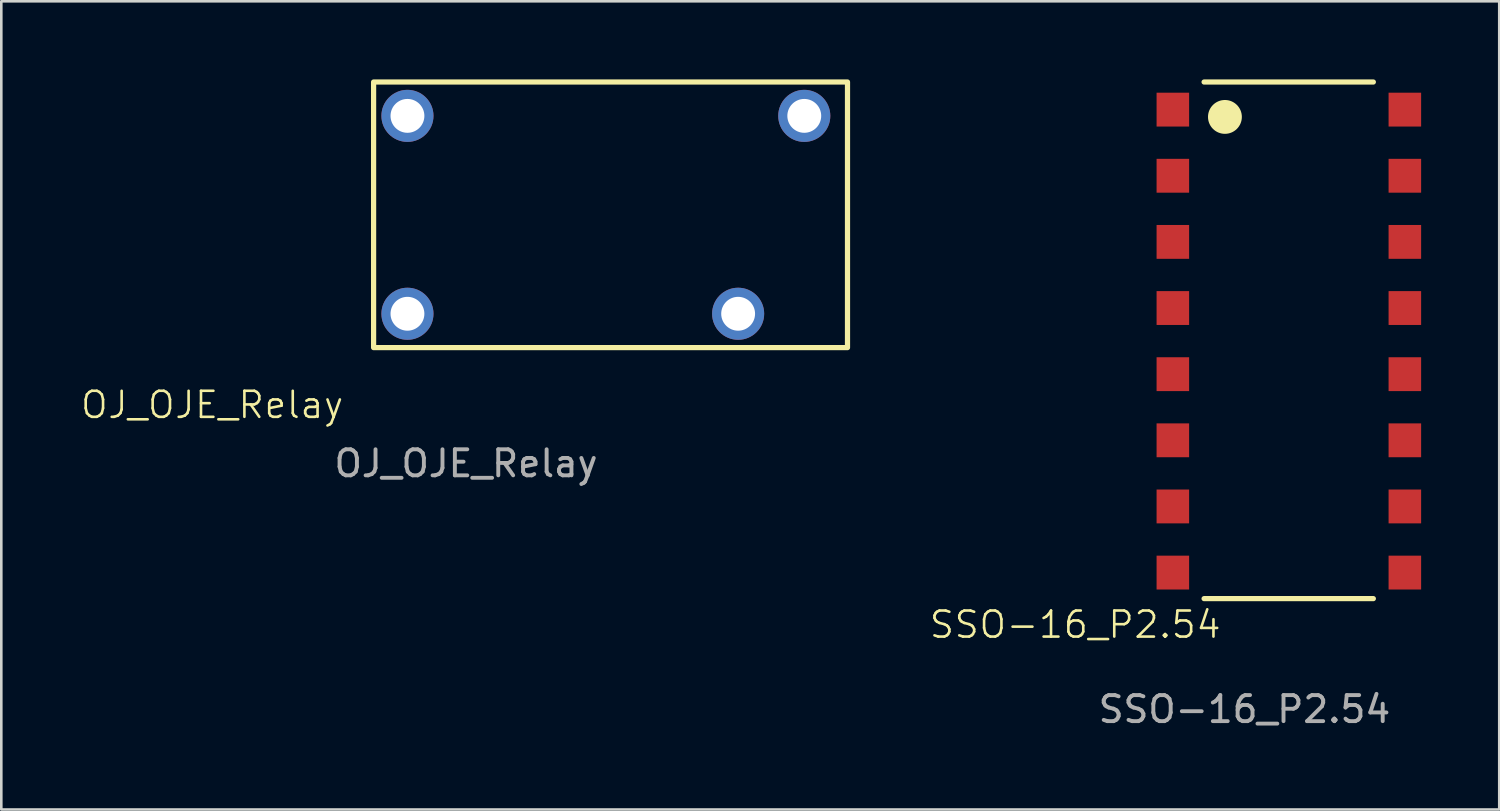
<source format=kicad_pcb>
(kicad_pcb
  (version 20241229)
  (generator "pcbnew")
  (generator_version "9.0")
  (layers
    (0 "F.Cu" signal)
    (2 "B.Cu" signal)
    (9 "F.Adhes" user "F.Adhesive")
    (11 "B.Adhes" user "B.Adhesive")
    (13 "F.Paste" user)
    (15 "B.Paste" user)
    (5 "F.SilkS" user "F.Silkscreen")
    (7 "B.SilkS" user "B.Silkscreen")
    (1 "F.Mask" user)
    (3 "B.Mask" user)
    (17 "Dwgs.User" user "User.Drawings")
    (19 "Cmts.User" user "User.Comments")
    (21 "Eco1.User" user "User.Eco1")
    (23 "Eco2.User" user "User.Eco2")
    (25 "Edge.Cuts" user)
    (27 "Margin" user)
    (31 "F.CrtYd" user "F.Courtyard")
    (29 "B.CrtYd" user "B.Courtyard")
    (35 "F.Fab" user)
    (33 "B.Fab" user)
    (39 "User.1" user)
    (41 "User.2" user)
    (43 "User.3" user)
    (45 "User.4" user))
  (footprint "SSO-16_P2.54"
    (layer "F.Cu")
    (at 41.993 18.94)
    (property "Reference" "SSO-16_P2.54" (at -3.75 2 0) (unlocked yes) (layer "F.SilkS") (effects (font (size 1 1) (thickness 0.1))))
    (attr smd)
    (fp_line (start 1.2 -18.84) (end 7.7 -18.84) (stroke (width 0.2) (type default)) (layer "F.SilkS"))
    (fp_line (start 1.2 1) (end 7.7 1) (stroke (width 0.2) (type default)) (layer "F.SilkS"))
    (fp_circle (center 2 -17.5) (end 2.6 -17.5) (stroke (width 0.1) (type solid)) (fill yes) (layer "F.SilkS"))
    (fp_text user "${REFERENCE}" (at 2.75 5.25 0) (unlocked yes) (layer "F.Fab") (effects (font (size 1 1) (thickness 0.15))))
    (pad "1" smd rect (at 0 -17.78) (size 1.25 1.3) (layers "F.Cu" "F.Mask" "F.Paste"))
    (pad "2" smd rect (at 0 -15.24) (size 1.25 1.3) (layers "F.Cu" "F.Mask" "F.Paste"))
    (pad "3" smd rect (at 0 -12.7) (size 1.25 1.3) (layers "F.Cu" "F.Mask" "F.Paste"))
    (pad "4" smd rect (at 0 -10.16) (size 1.25 1.3) (layers "F.Cu" "F.Mask" "F.Paste"))
    (pad "5" smd rect (at 0 -7.62) (size 1.25 1.3) (layers "F.Cu" "F.Mask" "F.Paste"))
    (pad "6" smd rect (at 0 -5.08) (size 1.25 1.3) (layers "F.Cu" "F.Mask" "F.Paste"))
    (pad "7" smd rect (at 0 -2.54) (size 1.25 1.3) (layers "F.Cu" "F.Mask" "F.Paste"))
    (pad "8" smd rect (at 0 0) (size 1.25 1.3) (layers "F.Cu" "F.Mask" "F.Paste"))
    (pad "9" smd rect (at 8.91 0) (size 1.25 1.3) (layers "F.Cu" "F.Mask" "F.Paste"))
    (pad "10" smd rect (at 8.91 -2.54) (size 1.25 1.3) (layers "F.Cu" "F.Mask" "F.Paste"))
    (pad "11" smd rect (at 8.91 -5.08) (size 1.25 1.3) (layers "F.Cu" "F.Mask" "F.Paste"))
    (pad "12" smd rect (at 8.91 -7.62) (size 1.25 1.3) (layers "F.Cu" "F.Mask" "F.Paste"))
    (pad "13" smd rect (at 8.91 -10.16) (size 1.25 1.3) (layers "F.Cu" "F.Mask" "F.Paste"))
    (pad "14" smd rect (at 8.91 -12.7) (size 1.25 1.3) (layers "F.Cu" "F.Mask" "F.Paste"))
    (pad "15" smd rect (at 8.91 -15.24) (size 1.25 1.3) (layers "F.Cu" "F.Mask" "F.Paste"))
    (pad "16" smd rect (at 8.91 -17.78) (size 1.25 1.3) (layers "F.Cu" "F.Mask" "F.Paste")))
  (footprint "OJ_OJE_Relay"
    (layer "F.Cu")
    (at 12.598 9)
    (property "Reference" "OJ_OJE_Relay" (at -7.5 3.5 0) (unlocked yes) (layer "F.SilkS") (effects (font (size 1 1) (thickness 0.1))))
    (attr smd)
    (fp_rect (start -1.3 -8.9) (end 16.9 1.3) (stroke (width 0.2) (type default)) (fill no) (layer "F.SilkS"))
    (fp_text user "${REFERENCE}" (at 2.25 5.75 0) (unlocked yes) (layer "F.Fab") (effects (font (size 1 1) (thickness 0.15))))
    (pad "1" thru_hole circle (at 0 0) (size 2 2) (drill 1.3) (layers "*.Cu" "*.Mask"))
    (pad "2" thru_hole circle (at 0 -7.6) (size 2 2) (drill 1.3) (layers "*.Cu" "*.Mask"))
    (pad "3" thru_hole circle (at 12.7 0) (size 2 2) (drill 1.3) (layers "*.Cu" "*.Mask"))
    (pad "4" thru_hole circle (at 15.24 -7.6) (size 2 2) (drill 1.3) (layers "*.Cu" "*.Mask")))
  (gr_rect
    (start -3 -3)
    (end 54.528 28.038)
    (stroke (width 0.1) (type default))
    (fill no)
    (layer "Edge.Cuts")))
</source>
